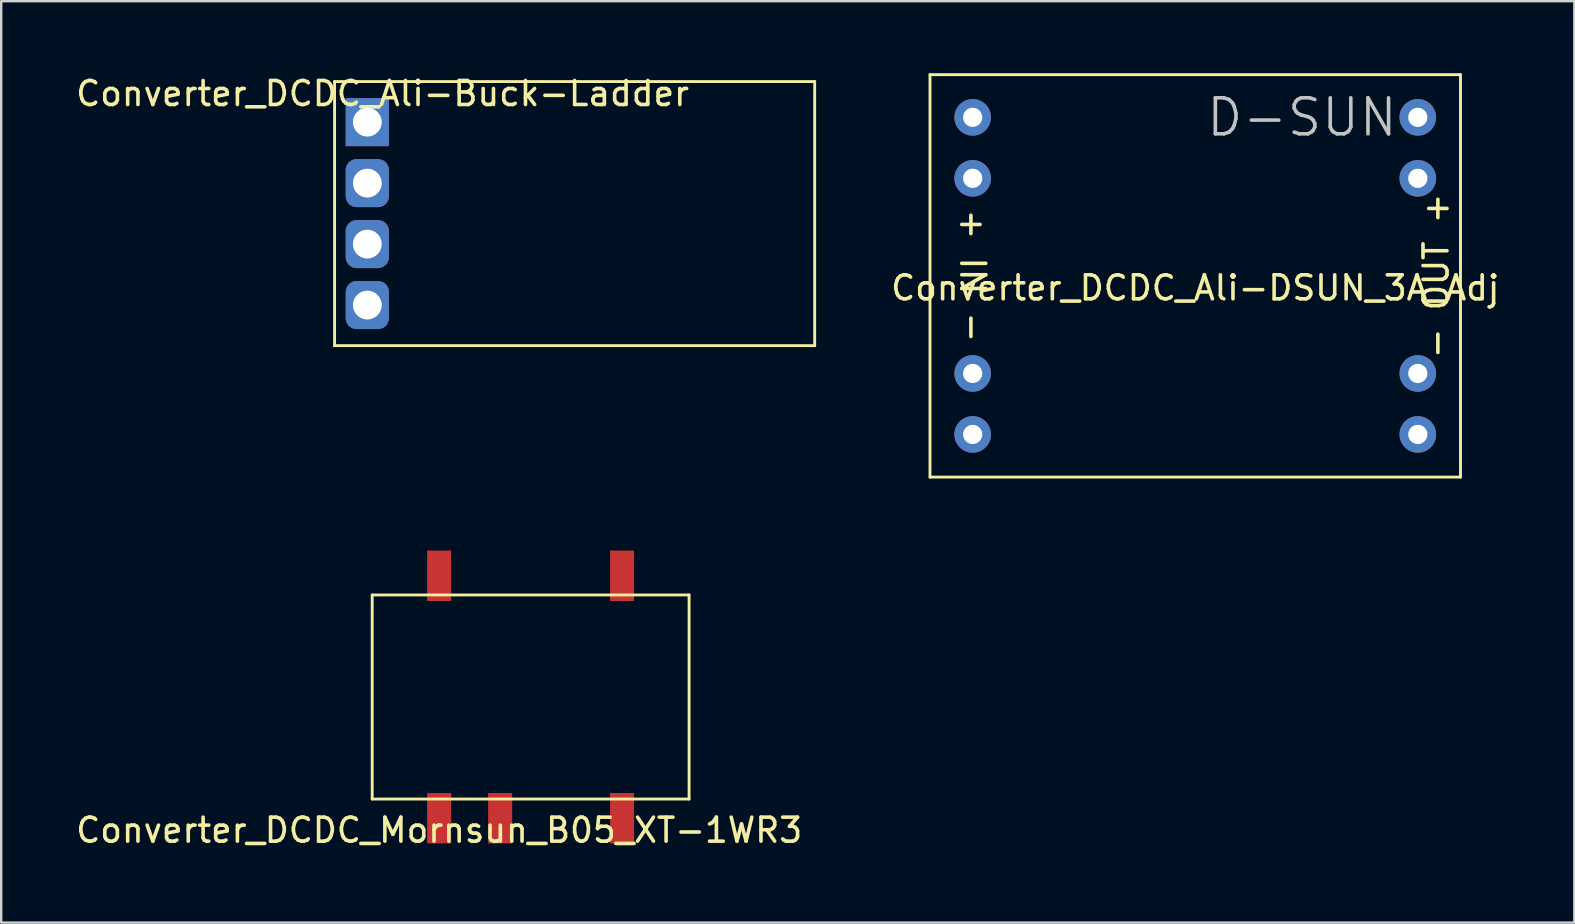
<source format=kicad_pcb>
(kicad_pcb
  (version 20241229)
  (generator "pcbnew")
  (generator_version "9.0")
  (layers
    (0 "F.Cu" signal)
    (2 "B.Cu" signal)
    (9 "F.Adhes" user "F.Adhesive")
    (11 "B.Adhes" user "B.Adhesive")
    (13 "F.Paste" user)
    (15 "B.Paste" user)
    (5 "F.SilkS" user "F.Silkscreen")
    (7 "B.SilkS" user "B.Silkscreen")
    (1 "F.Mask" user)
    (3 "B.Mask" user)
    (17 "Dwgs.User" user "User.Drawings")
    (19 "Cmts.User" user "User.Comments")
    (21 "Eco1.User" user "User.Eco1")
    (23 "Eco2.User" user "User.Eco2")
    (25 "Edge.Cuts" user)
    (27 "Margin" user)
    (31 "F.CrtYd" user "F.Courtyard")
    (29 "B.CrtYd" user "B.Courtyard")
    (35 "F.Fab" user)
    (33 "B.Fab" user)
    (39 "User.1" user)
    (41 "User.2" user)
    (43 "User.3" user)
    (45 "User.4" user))
  (footprint "Converter_DCDC_Ali-DSUN_3A_Adj"
    (layer "F.Cu")
    (at 46.739 8.442)
    (property "Reference" "Converter_DCDC_Ali-DSUN_3A_Adj" (at 0 0.5 0) (layer "F.SilkS") (effects (font (size 1 1) (thickness 0.15))))
    (attr through_hole)
    (fp_line (start -11.049 -8.382) (end -11.049 8.382) (stroke (width 0.12) (type solid)) (layer "F.SilkS"))
    (fp_line (start -11.049 8.382) (end 11.049 8.382) (stroke (width 0.12) (type solid)) (layer "F.SilkS"))
    (fp_line (start 11.049 -8.382) (end -11.049 -8.382) (stroke (width 0.12) (type solid)) (layer "F.SilkS"))
    (fp_line (start 11.049 8.382) (end 11.049 -8.382) (stroke (width 0.12) (type solid)) (layer "F.SilkS"))
    (fp_text user "+ IN -" (at -9.271 0 270) (unlocked yes) (layer "F.SilkS") (effects (font (size 1 1) (thickness 0.15))))
    (fp_text user "- OUT +" (at 10.033 0 90) (layer "F.SilkS") (effects (font (size 1 1) (thickness 0.15))))
    (fp_text user "D-SUN" (at 4.445 -6.604 0) (layer "Dwgs.User") (effects (font (size 1.5 1.5) (thickness 0.15))))
    (pad "1" thru_hole circle (at -9.271 -6.604) (size 1.524 1.524) (drill 0.8) (layers "*.Cu" "*.Mask"))
    (pad "1" thru_hole circle (at -9.271 -4.064) (size 1.524 1.524) (drill 0.8) (layers "*.Cu" "*.Mask"))
    (pad "2" thru_hole circle (at -9.271 4.064) (size 1.524 1.524) (drill 0.8) (layers "*.Cu" "*.Mask"))
    (pad "2" thru_hole circle (at -9.271 6.604) (size 1.524 1.524) (drill 0.8) (layers "*.Cu" "*.Mask"))
    (pad "3" thru_hole circle (at 9.271 -6.604) (size 1.524 1.524) (drill 0.8) (layers "*.Cu" "*.Mask"))
    (pad "3" thru_hole circle (at 9.271 -4.064) (size 1.524 1.524) (drill 0.8) (layers "*.Cu" "*.Mask"))
    (pad "4" thru_hole circle (at 9.271 4.064) (size 1.524 1.524) (drill 0.8) (layers "*.Cu" "*.Mask"))
    (pad "4" thru_hole circle (at 9.271 6.604) (size 1.524 1.524) (drill 0.8) (layers "*.Cu" "*.Mask")))
  (footprint "Converter_DCDC_Ali-Buck-Ladder"
    (layer "F.Cu")
    (at 20.887 5.848)
    (property "Reference" "Converter_DCDC_Ali-Buck-Ladder" (at -8 -5 0) (layer "F.SilkS") (effects (font (size 1 1) (thickness 0.15))))
    (attr through_hole)
    (fp_line (start -10 -5.5) (end 10 -5.5) (stroke (width 0.12) (type solid)) (layer "F.SilkS"))
    (fp_line (start -10 5.5) (end -10 -5.5) (stroke (width 0.12) (type solid)) (layer "F.SilkS"))
    (fp_line (start 10 -5.5) (end 10 5.5) (stroke (width 0.12) (type solid)) (layer "F.SilkS"))
    (fp_line (start 10 5.5) (end -10 5.5) (stroke (width 0.12) (type solid)) (layer "F.SilkS"))
    (pad "1" thru_hole rect (at -8.636 -3.81) (size 1.8 2) (drill 1.2) (layers "*.Cu" "*.Mask"))
    (pad "2" thru_hole roundrect (at -8.636 -1.27) (size 1.8 2) (drill 1.2) (layers "*.Cu" "*.Mask") (roundrect_rratio 0.25))
    (pad "3" thru_hole roundrect (at -8.636 1.27) (size 1.8 2) (drill 1.2) (layers "*.Cu" "*.Mask") (roundrect_rratio 0.25))
    (pad "4" thru_hole roundrect (at -8.636 3.81) (size 1.8 2) (drill 1.2) (layers "*.Cu" "*.Mask") (roundrect_rratio 0.25)))
  (footprint "Converter_DCDC_Mornsun_B05_XT-1WR3"
    (layer "F.Cu")
    (at 15.244 31.034)
    (property "Reference" "Converter_DCDC_Mornsun_B05_XT-1WR3" (at 0 0.5 0) (layer "F.SilkS") (effects (font (size 1 1) (thickness 0.15))))
    (attr through_hole)
    (fp_line (start -2.79 -9.3) (end 10.41 -9.3) (stroke (width 0.12) (type solid)) (layer "F.SilkS"))
    (fp_line (start -2.79 -0.8) (end -2.79 -9.3) (stroke (width 0.12) (type solid)) (layer "F.SilkS"))
    (fp_line (start 10.41 -9.3) (end 10.41 -0.8) (stroke (width 0.12) (type solid)) (layer "F.SilkS"))
    (fp_line (start 10.41 -0.8) (end -2.79 -0.8) (stroke (width 0.12) (type solid)) (layer "F.SilkS"))
    (pad "1" smd rect (at 0 0) (size 1 2.1) (layers "F.Cu" "F.Mask" "F.Paste"))
    (pad "2" smd rect (at 2.54 0) (size 1 2.1) (layers "F.Cu" "F.Mask" "F.Paste"))
    (pad "4" smd rect (at 7.62 0) (size 1 2.1) (layers "F.Cu" "F.Mask" "F.Paste"))
    (pad "5" smd rect (at 7.62 -10.1) (size 1 2.1) (layers "F.Cu" "F.Mask" "F.Paste"))
    (pad "8" smd rect (at 0 -10.1) (size 1 2.1) (layers "F.Cu" "F.Mask" "F.Paste")))
  (gr_rect
    (start -3 -3)
    (end 62.53 35.382)
    (stroke (width 0.1) (type default))
    (fill no)
    (layer "Edge.Cuts")))
</source>
